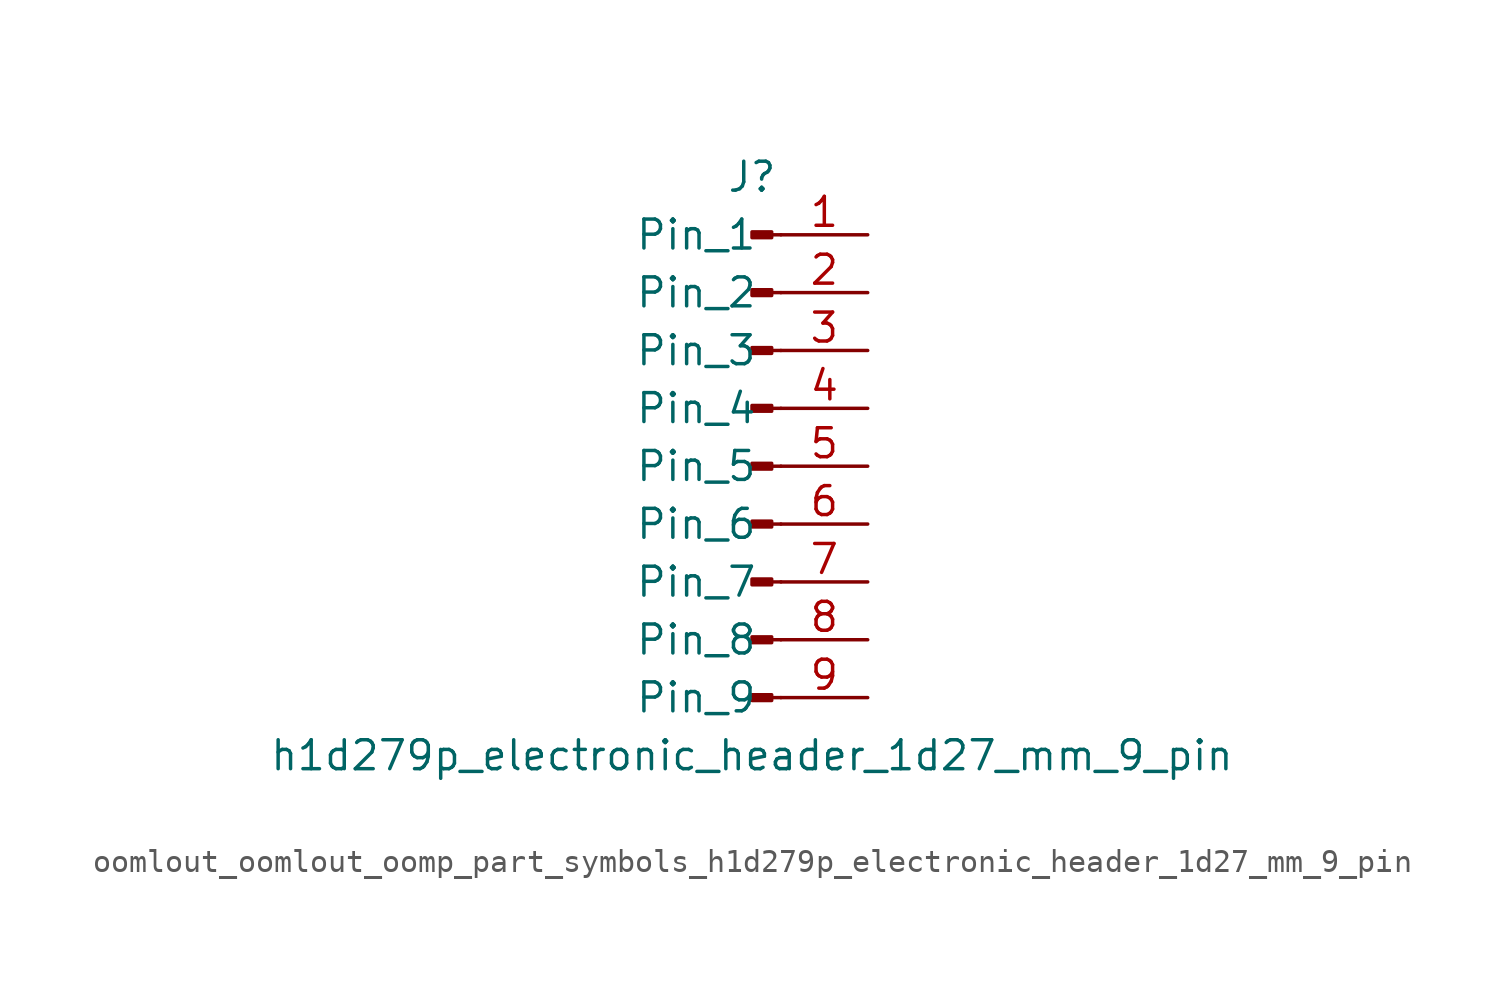
<source format=kicad_sym>
(kicad_symbol_lib
  (version 20220914)
  (generator kicad_symbol_editor)
  (symbol "oomlout_oomlout_oomp_part_symbols_h1d279p_electronic_header_1d27_mm_9_pin"
    (pin_names
      (offset 1.016))
    (property "Reference" "J"
      (at 0 12.7 0)
      (effects (font (size 1.27 1.27))))
    (property "Value" "h1d279p_electronic_header_1d27_mm_9_pin"
      (at 0 -12.7 0)
      (effects (font (size 1.27 1.27))))
    (property "ki_locked" ""
      (at 0 0 0)
      (effects (font (size 1.27 1.27))))
    (symbol "oomlout_oomlout_oomp_part_symbols_h1d279p_electronic_header_1d27_mm_9_pin_1_1"
      (polyline (pts (xy 1.27 -10.16) (xy 0.864 -10.16)) (stroke (width 0.152) (type default)) (fill (type none)))
      (polyline (pts (xy 1.27 -7.62) (xy 0.864 -7.62)) (stroke (width 0.152) (type default)) (fill (type none)))
      (polyline (pts (xy 1.27 -5.08) (xy 0.864 -5.08)) (stroke (width 0.152) (type default)) (fill (type none)))
      (polyline (pts (xy 1.27 -2.54) (xy 0.864 -2.54)) (stroke (width 0.152) (type default)) (fill (type none)))
      (polyline (pts (xy 1.27 0) (xy 0.864 0)) (stroke (width 0.152) (type default)) (fill (type none)))
      (polyline (pts (xy 1.27 2.54) (xy 0.864 2.54)) (stroke (width 0.152) (type default)) (fill (type none)))
      (polyline (pts (xy 1.27 5.08) (xy 0.864 5.08)) (stroke (width 0.152) (type default)) (fill (type none)))
      (polyline (pts (xy 1.27 7.62) (xy 0.864 7.62)) (stroke (width 0.152) (type default)) (fill (type none)))
      (polyline (pts (xy 1.27 10.16) (xy 0.864 10.16)) (stroke (width 0.152) (type default)) (fill (type none)))
      (rectangle (start 0.864 -10.033) (end 0 -10.287) (stroke (width 0.152) (type default)) (fill (type outline)))
      (rectangle (start 0.864 -7.493) (end 0 -7.747) (stroke (width 0.152) (type default)) (fill (type outline)))
      (rectangle (start 0.864 -4.953) (end 0 -5.207) (stroke (width 0.152) (type default)) (fill (type outline)))
      (rectangle (start 0.864 -2.413) (end 0 -2.667) (stroke (width 0.152) (type default)) (fill (type outline)))
      (rectangle (start 0.864 0.127) (end 0 -0.127) (stroke (width 0.152) (type default)) (fill (type outline)))
      (rectangle (start 0.864 2.667) (end 0 2.413) (stroke (width 0.152) (type default)) (fill (type outline)))
      (rectangle (start 0.864 5.207) (end 0 4.953) (stroke (width 0.152) (type default)) (fill (type outline)))
      (rectangle (start 0.864 7.747) (end 0 7.493) (stroke (width 0.152) (type default)) (fill (type outline)))
      (rectangle (start 0.864 10.287) (end 0 10.033) (stroke (width 0.152) (type default)) (fill (type outline)))
      (pin passive line (at 5.08 10.16 180) (length 3.81) (name "Pin_1" (effects (font (size 1.27 1.27)))) (number "1" (effects (font (size 1.27 1.27)))))
      (pin passive line (at 5.08 7.62 180) (length 3.81) (name "Pin_2" (effects (font (size 1.27 1.27)))) (number "2" (effects (font (size 1.27 1.27)))))
      (pin passive line (at 5.08 5.08 180) (length 3.81) (name "Pin_3" (effects (font (size 1.27 1.27)))) (number "3" (effects (font (size 1.27 1.27)))))
      (pin passive line (at 5.08 2.54 180) (length 3.81) (name "Pin_4" (effects (font (size 1.27 1.27)))) (number "4" (effects (font (size 1.27 1.27)))))
      (pin passive line (at 5.08 0 180) (length 3.81) (name "Pin_5" (effects (font (size 1.27 1.27)))) (number "5" (effects (font (size 1.27 1.27)))))
      (pin passive line (at 5.08 -2.54 180) (length 3.81) (name "Pin_6" (effects (font (size 1.27 1.27)))) (number "6" (effects (font (size 1.27 1.27)))))
      (pin passive line (at 5.08 -5.08 180) (length 3.81) (name "Pin_7" (effects (font (size 1.27 1.27)))) (number "7" (effects (font (size 1.27 1.27)))))
      (pin passive line (at 5.08 -7.62 180) (length 3.81) (name "Pin_8" (effects (font (size 1.27 1.27)))) (number "8" (effects (font (size 1.27 1.27)))))
      (pin passive line (at 5.08 -10.16 180) (length 3.81) (name "Pin_9" (effects (font (size 1.27 1.27)))) (number "9" (effects (font (size 1.27 1.27))))))))
</source>
